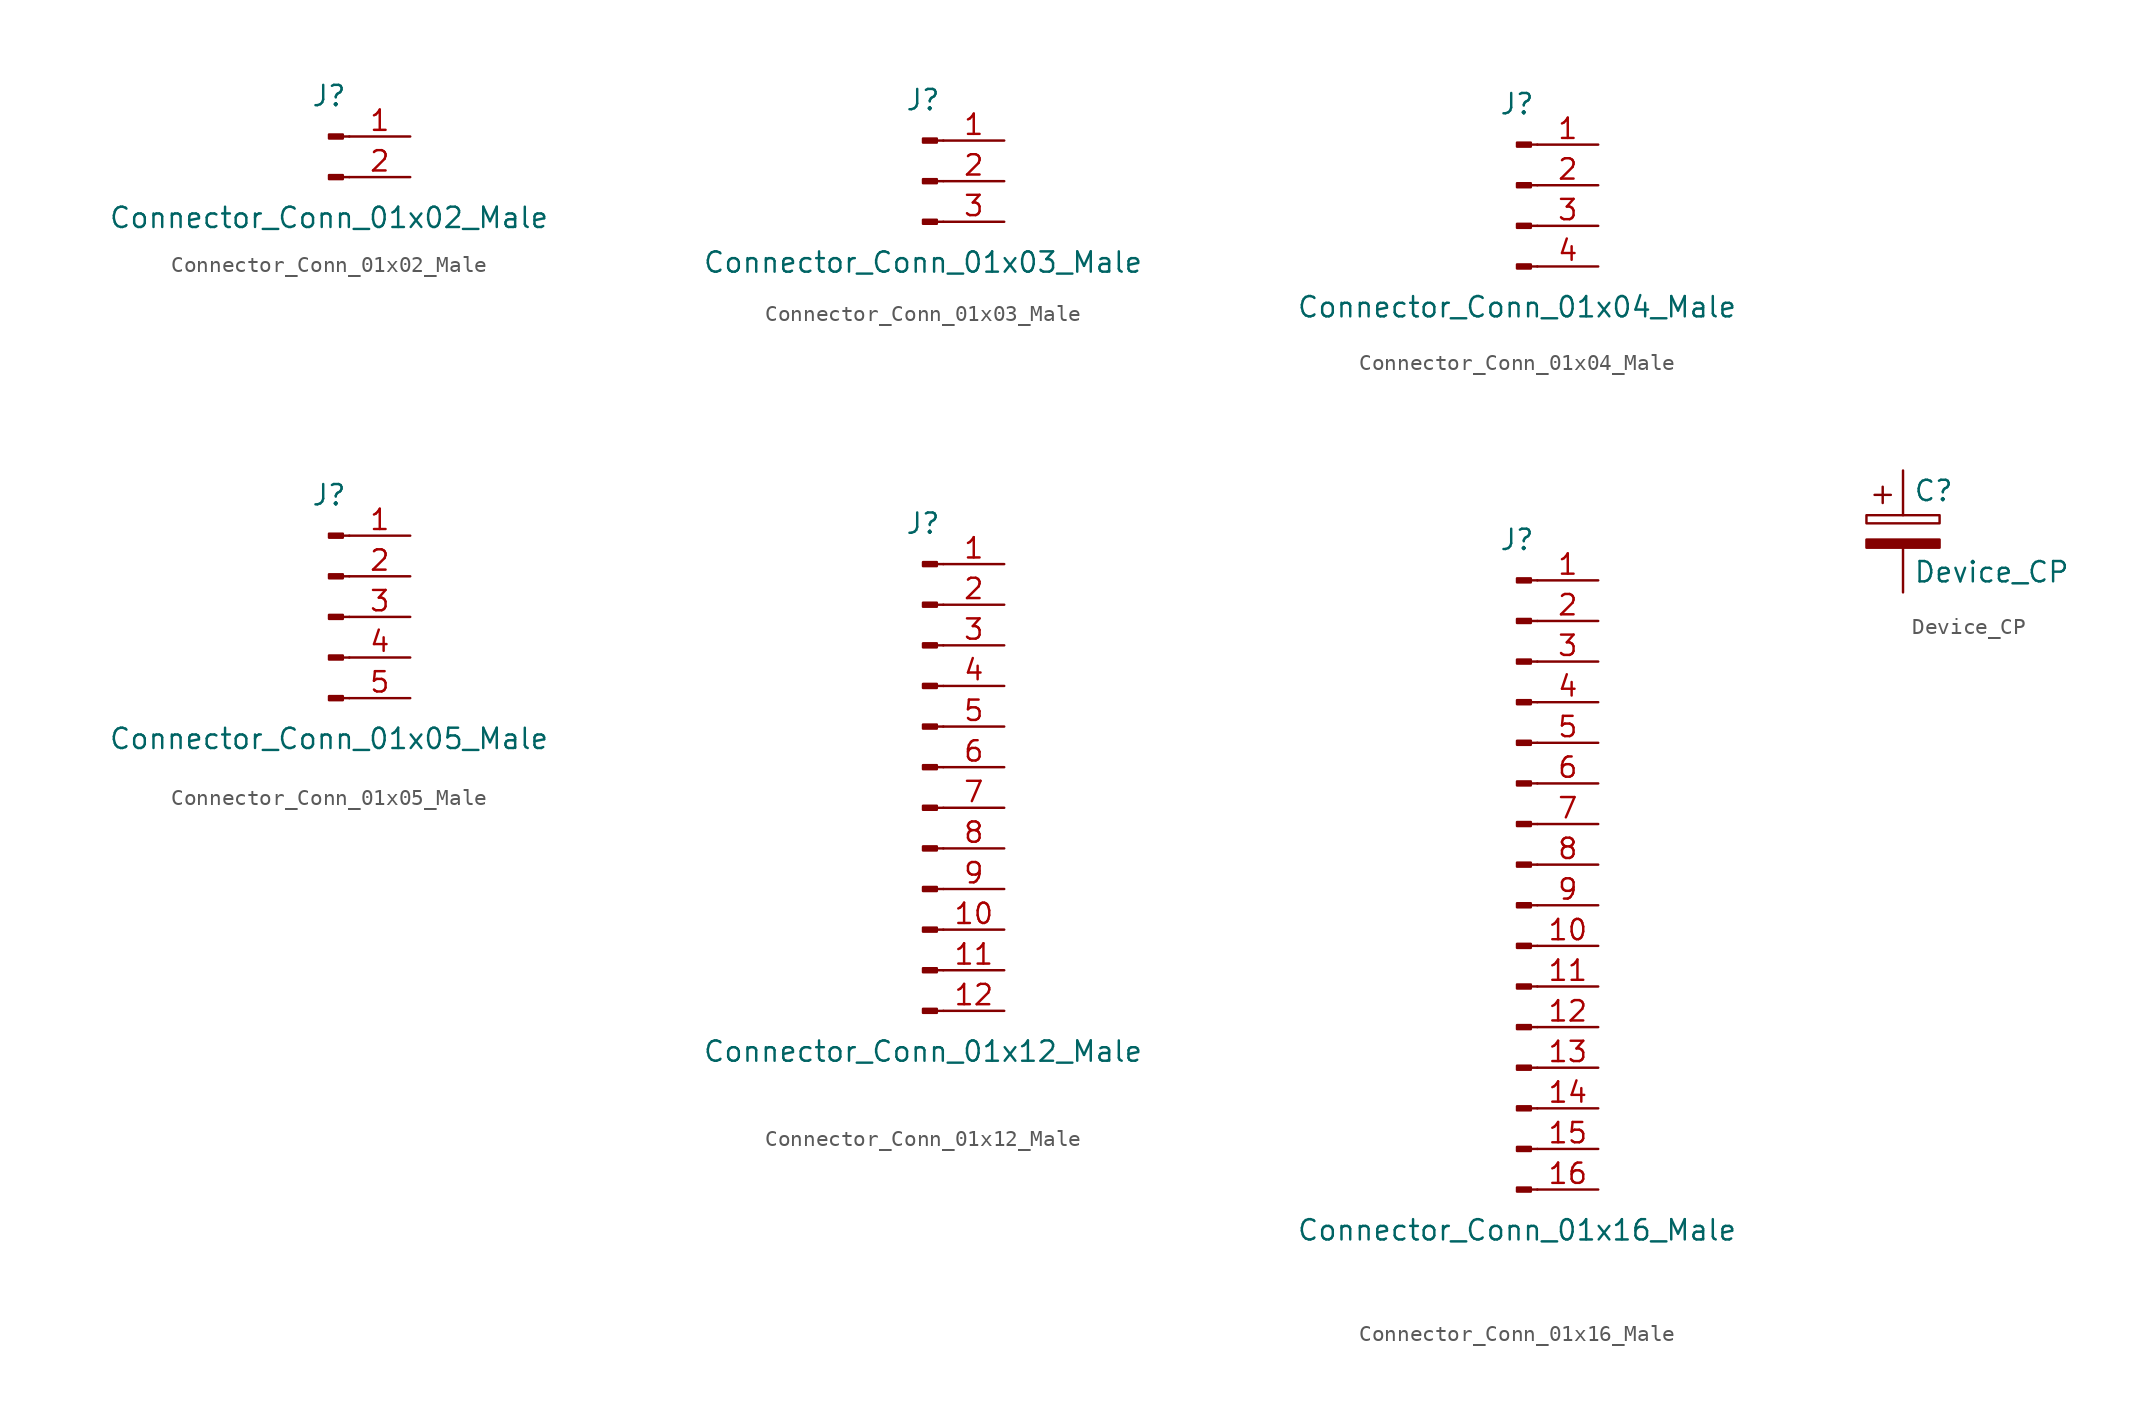
<source format=kicad_sym>
(kicad_symbol_lib
  (version 20211014)
  (generator kicad_symbol_editor)
  (symbol "Connector_Conn_01x02_Male"
    (pin_names
      (offset 1.016) hide)
    (property "Reference" "J"
      (at 0 2.54 0)
      (effects (font (size 1.27 1.27))))
    (property "Value" "Connector_Conn_01x02_Male"
      (at 0 -5.08 0)
      (effects (font (size 1.27 1.27))))
    (symbol "Connector_Conn_01x02_Male_1_1"
      (polyline (pts (xy 1.27 -2.54) (xy 0.864 -2.54)) (stroke (width 0.152) (type default) (color 0 0 0 0)) (fill (type none)))
      (polyline (pts (xy 1.27 0) (xy 0.864 0)) (stroke (width 0.152) (type default) (color 0 0 0 0)) (fill (type none)))
      (rectangle (start 0.864 -2.413) (end 0 -2.667) (stroke (width 0.152) (type default) (color 0 0 0 0)) (fill (type outline)))
      (rectangle (start 0.864 0.127) (end 0 -0.127) (stroke (width 0.152) (type default) (color 0 0 0 0)) (fill (type outline)))
      (pin passive line (at 5.08 0 180) (length 3.81) (name "Pin_1" (effects (font (size 1.27 1.27)))) (number "1" (effects (font (size 1.27 1.27)))))
      (pin passive line (at 5.08 -2.54 180) (length 3.81) (name "Pin_2" (effects (font (size 1.27 1.27)))) (number "2" (effects (font (size 1.27 1.27)))))))
  (symbol "Connector_Conn_01x03_Male"
    (pin_names
      (offset 1.016) hide)
    (property "Reference" "J"
      (at 0 5.08 0)
      (effects (font (size 1.27 1.27))))
    (property "Value" "Connector_Conn_01x03_Male"
      (at 0 -5.08 0)
      (effects (font (size 1.27 1.27))))
    (symbol "Connector_Conn_01x03_Male_1_1"
      (polyline (pts (xy 1.27 -2.54) (xy 0.864 -2.54)) (stroke (width 0.152) (type default) (color 0 0 0 0)) (fill (type none)))
      (polyline (pts (xy 1.27 0) (xy 0.864 0)) (stroke (width 0.152) (type default) (color 0 0 0 0)) (fill (type none)))
      (polyline (pts (xy 1.27 2.54) (xy 0.864 2.54)) (stroke (width 0.152) (type default) (color 0 0 0 0)) (fill (type none)))
      (rectangle (start 0.864 -2.413) (end 0 -2.667) (stroke (width 0.152) (type default) (color 0 0 0 0)) (fill (type outline)))
      (rectangle (start 0.864 0.127) (end 0 -0.127) (stroke (width 0.152) (type default) (color 0 0 0 0)) (fill (type outline)))
      (rectangle (start 0.864 2.667) (end 0 2.413) (stroke (width 0.152) (type default) (color 0 0 0 0)) (fill (type outline)))
      (pin passive line (at 5.08 2.54 180) (length 3.81) (name "Pin_1" (effects (font (size 1.27 1.27)))) (number "1" (effects (font (size 1.27 1.27)))))
      (pin passive line (at 5.08 0 180) (length 3.81) (name "Pin_2" (effects (font (size 1.27 1.27)))) (number "2" (effects (font (size 1.27 1.27)))))
      (pin passive line (at 5.08 -2.54 180) (length 3.81) (name "Pin_3" (effects (font (size 1.27 1.27)))) (number "3" (effects (font (size 1.27 1.27)))))))
  (symbol "Connector_Conn_01x04_Male"
    (pin_names
      (offset 1.016) hide)
    (property "Reference" "J"
      (at 0 5.08 0)
      (effects (font (size 1.27 1.27))))
    (property "Value" "Connector_Conn_01x04_Male"
      (at 0 -7.62 0)
      (effects (font (size 1.27 1.27))))
    (symbol "Connector_Conn_01x04_Male_1_1"
      (polyline (pts (xy 1.27 -5.08) (xy 0.864 -5.08)) (stroke (width 0.152) (type default) (color 0 0 0 0)) (fill (type none)))
      (polyline (pts (xy 1.27 -2.54) (xy 0.864 -2.54)) (stroke (width 0.152) (type default) (color 0 0 0 0)) (fill (type none)))
      (polyline (pts (xy 1.27 0) (xy 0.864 0)) (stroke (width 0.152) (type default) (color 0 0 0 0)) (fill (type none)))
      (polyline (pts (xy 1.27 2.54) (xy 0.864 2.54)) (stroke (width 0.152) (type default) (color 0 0 0 0)) (fill (type none)))
      (rectangle (start 0.864 -4.953) (end 0 -5.207) (stroke (width 0.152) (type default) (color 0 0 0 0)) (fill (type outline)))
      (rectangle (start 0.864 -2.413) (end 0 -2.667) (stroke (width 0.152) (type default) (color 0 0 0 0)) (fill (type outline)))
      (rectangle (start 0.864 0.127) (end 0 -0.127) (stroke (width 0.152) (type default) (color 0 0 0 0)) (fill (type outline)))
      (rectangle (start 0.864 2.667) (end 0 2.413) (stroke (width 0.152) (type default) (color 0 0 0 0)) (fill (type outline)))
      (pin passive line (at 5.08 2.54 180) (length 3.81) (name "Pin_1" (effects (font (size 1.27 1.27)))) (number "1" (effects (font (size 1.27 1.27)))))
      (pin passive line (at 5.08 0 180) (length 3.81) (name "Pin_2" (effects (font (size 1.27 1.27)))) (number "2" (effects (font (size 1.27 1.27)))))
      (pin passive line (at 5.08 -2.54 180) (length 3.81) (name "Pin_3" (effects (font (size 1.27 1.27)))) (number "3" (effects (font (size 1.27 1.27)))))
      (pin passive line (at 5.08 -5.08 180) (length 3.81) (name "Pin_4" (effects (font (size 1.27 1.27)))) (number "4" (effects (font (size 1.27 1.27)))))))
  (symbol "Connector_Conn_01x05_Male"
    (pin_names
      (offset 1.016) hide)
    (property "Reference" "J"
      (at 0 7.62 0)
      (effects (font (size 1.27 1.27))))
    (property "Value" "Connector_Conn_01x05_Male"
      (at 0 -7.62 0)
      (effects (font (size 1.27 1.27))))
    (symbol "Connector_Conn_01x05_Male_1_1"
      (polyline (pts (xy 1.27 -5.08) (xy 0.864 -5.08)) (stroke (width 0.152) (type default) (color 0 0 0 0)) (fill (type none)))
      (polyline (pts (xy 1.27 -2.54) (xy 0.864 -2.54)) (stroke (width 0.152) (type default) (color 0 0 0 0)) (fill (type none)))
      (polyline (pts (xy 1.27 0) (xy 0.864 0)) (stroke (width 0.152) (type default) (color 0 0 0 0)) (fill (type none)))
      (polyline (pts (xy 1.27 2.54) (xy 0.864 2.54)) (stroke (width 0.152) (type default) (color 0 0 0 0)) (fill (type none)))
      (polyline (pts (xy 1.27 5.08) (xy 0.864 5.08)) (stroke (width 0.152) (type default) (color 0 0 0 0)) (fill (type none)))
      (rectangle (start 0.864 -4.953) (end 0 -5.207) (stroke (width 0.152) (type default) (color 0 0 0 0)) (fill (type outline)))
      (rectangle (start 0.864 -2.413) (end 0 -2.667) (stroke (width 0.152) (type default) (color 0 0 0 0)) (fill (type outline)))
      (rectangle (start 0.864 0.127) (end 0 -0.127) (stroke (width 0.152) (type default) (color 0 0 0 0)) (fill (type outline)))
      (rectangle (start 0.864 2.667) (end 0 2.413) (stroke (width 0.152) (type default) (color 0 0 0 0)) (fill (type outline)))
      (rectangle (start 0.864 5.207) (end 0 4.953) (stroke (width 0.152) (type default) (color 0 0 0 0)) (fill (type outline)))
      (pin passive line (at 5.08 5.08 180) (length 3.81) (name "Pin_1" (effects (font (size 1.27 1.27)))) (number "1" (effects (font (size 1.27 1.27)))))
      (pin passive line (at 5.08 2.54 180) (length 3.81) (name "Pin_2" (effects (font (size 1.27 1.27)))) (number "2" (effects (font (size 1.27 1.27)))))
      (pin passive line (at 5.08 0 180) (length 3.81) (name "Pin_3" (effects (font (size 1.27 1.27)))) (number "3" (effects (font (size 1.27 1.27)))))
      (pin passive line (at 5.08 -2.54 180) (length 3.81) (name "Pin_4" (effects (font (size 1.27 1.27)))) (number "4" (effects (font (size 1.27 1.27)))))
      (pin passive line (at 5.08 -5.08 180) (length 3.81) (name "Pin_5" (effects (font (size 1.27 1.27)))) (number "5" (effects (font (size 1.27 1.27)))))))
  (symbol "Connector_Conn_01x12_Male"
    (pin_names
      (offset 1.016) hide)
    (property "Reference" "J"
      (at 0 15.24 0)
      (effects (font (size 1.27 1.27))))
    (property "Value" "Connector_Conn_01x12_Male"
      (at 0 -17.78 0)
      (effects (font (size 1.27 1.27))))
    (symbol "Connector_Conn_01x12_Male_1_1"
      (polyline (pts (xy 1.27 -15.24) (xy 0.864 -15.24)) (stroke (width 0.152) (type default) (color 0 0 0 0)) (fill (type none)))
      (polyline (pts (xy 1.27 -12.7) (xy 0.864 -12.7)) (stroke (width 0.152) (type default) (color 0 0 0 0)) (fill (type none)))
      (polyline (pts (xy 1.27 -10.16) (xy 0.864 -10.16)) (stroke (width 0.152) (type default) (color 0 0 0 0)) (fill (type none)))
      (polyline (pts (xy 1.27 -7.62) (xy 0.864 -7.62)) (stroke (width 0.152) (type default) (color 0 0 0 0)) (fill (type none)))
      (polyline (pts (xy 1.27 -5.08) (xy 0.864 -5.08)) (stroke (width 0.152) (type default) (color 0 0 0 0)) (fill (type none)))
      (polyline (pts (xy 1.27 -2.54) (xy 0.864 -2.54)) (stroke (width 0.152) (type default) (color 0 0 0 0)) (fill (type none)))
      (polyline (pts (xy 1.27 0) (xy 0.864 0)) (stroke (width 0.152) (type default) (color 0 0 0 0)) (fill (type none)))
      (polyline (pts (xy 1.27 2.54) (xy 0.864 2.54)) (stroke (width 0.152) (type default) (color 0 0 0 0)) (fill (type none)))
      (polyline (pts (xy 1.27 5.08) (xy 0.864 5.08)) (stroke (width 0.152) (type default) (color 0 0 0 0)) (fill (type none)))
      (polyline (pts (xy 1.27 7.62) (xy 0.864 7.62)) (stroke (width 0.152) (type default) (color 0 0 0 0)) (fill (type none)))
      (polyline (pts (xy 1.27 10.16) (xy 0.864 10.16)) (stroke (width 0.152) (type default) (color 0 0 0 0)) (fill (type none)))
      (polyline (pts (xy 1.27 12.7) (xy 0.864 12.7)) (stroke (width 0.152) (type default) (color 0 0 0 0)) (fill (type none)))
      (rectangle (start 0.864 -15.113) (end 0 -15.367) (stroke (width 0.152) (type default) (color 0 0 0 0)) (fill (type outline)))
      (rectangle (start 0.864 -12.573) (end 0 -12.827) (stroke (width 0.152) (type default) (color 0 0 0 0)) (fill (type outline)))
      (rectangle (start 0.864 -10.033) (end 0 -10.287) (stroke (width 0.152) (type default) (color 0 0 0 0)) (fill (type outline)))
      (rectangle (start 0.864 -7.493) (end 0 -7.747) (stroke (width 0.152) (type default) (color 0 0 0 0)) (fill (type outline)))
      (rectangle (start 0.864 -4.953) (end 0 -5.207) (stroke (width 0.152) (type default) (color 0 0 0 0)) (fill (type outline)))
      (rectangle (start 0.864 -2.413) (end 0 -2.667) (stroke (width 0.152) (type default) (color 0 0 0 0)) (fill (type outline)))
      (rectangle (start 0.864 0.127) (end 0 -0.127) (stroke (width 0.152) (type default) (color 0 0 0 0)) (fill (type outline)))
      (rectangle (start 0.864 2.667) (end 0 2.413) (stroke (width 0.152) (type default) (color 0 0 0 0)) (fill (type outline)))
      (rectangle (start 0.864 5.207) (end 0 4.953) (stroke (width 0.152) (type default) (color 0 0 0 0)) (fill (type outline)))
      (rectangle (start 0.864 7.747) (end 0 7.493) (stroke (width 0.152) (type default) (color 0 0 0 0)) (fill (type outline)))
      (rectangle (start 0.864 10.287) (end 0 10.033) (stroke (width 0.152) (type default) (color 0 0 0 0)) (fill (type outline)))
      (rectangle (start 0.864 12.827) (end 0 12.573) (stroke (width 0.152) (type default) (color 0 0 0 0)) (fill (type outline)))
      (pin passive line (at 5.08 12.7 180) (length 3.81) (name "Pin_1" (effects (font (size 1.27 1.27)))) (number "1" (effects (font (size 1.27 1.27)))))
      (pin passive line (at 5.08 -10.16 180) (length 3.81) (name "Pin_10" (effects (font (size 1.27 1.27)))) (number "10" (effects (font (size 1.27 1.27)))))
      (pin passive line (at 5.08 -12.7 180) (length 3.81) (name "Pin_11" (effects (font (size 1.27 1.27)))) (number "11" (effects (font (size 1.27 1.27)))))
      (pin passive line (at 5.08 -15.24 180) (length 3.81) (name "Pin_12" (effects (font (size 1.27 1.27)))) (number "12" (effects (font (size 1.27 1.27)))))
      (pin passive line (at 5.08 10.16 180) (length 3.81) (name "Pin_2" (effects (font (size 1.27 1.27)))) (number "2" (effects (font (size 1.27 1.27)))))
      (pin passive line (at 5.08 7.62 180) (length 3.81) (name "Pin_3" (effects (font (size 1.27 1.27)))) (number "3" (effects (font (size 1.27 1.27)))))
      (pin passive line (at 5.08 5.08 180) (length 3.81) (name "Pin_4" (effects (font (size 1.27 1.27)))) (number "4" (effects (font (size 1.27 1.27)))))
      (pin passive line (at 5.08 2.54 180) (length 3.81) (name "Pin_5" (effects (font (size 1.27 1.27)))) (number "5" (effects (font (size 1.27 1.27)))))
      (pin passive line (at 5.08 0 180) (length 3.81) (name "Pin_6" (effects (font (size 1.27 1.27)))) (number "6" (effects (font (size 1.27 1.27)))))
      (pin passive line (at 5.08 -2.54 180) (length 3.81) (name "Pin_7" (effects (font (size 1.27 1.27)))) (number "7" (effects (font (size 1.27 1.27)))))
      (pin passive line (at 5.08 -5.08 180) (length 3.81) (name "Pin_8" (effects (font (size 1.27 1.27)))) (number "8" (effects (font (size 1.27 1.27)))))
      (pin passive line (at 5.08 -7.62 180) (length 3.81) (name "Pin_9" (effects (font (size 1.27 1.27)))) (number "9" (effects (font (size 1.27 1.27)))))))
  (symbol "Connector_Conn_01x16_Male"
    (pin_names
      (offset 1.016) hide)
    (property "Reference" "J"
      (at 0 20.32 0)
      (effects (font (size 1.27 1.27))))
    (property "Value" "Connector_Conn_01x16_Male"
      (at 0 -22.86 0)
      (effects (font (size 1.27 1.27))))
    (symbol "Connector_Conn_01x16_Male_1_1"
      (polyline (pts (xy 1.27 -20.32) (xy 0.864 -20.32)) (stroke (width 0.152) (type default) (color 0 0 0 0)) (fill (type none)))
      (polyline (pts (xy 1.27 -17.78) (xy 0.864 -17.78)) (stroke (width 0.152) (type default) (color 0 0 0 0)) (fill (type none)))
      (polyline (pts (xy 1.27 -15.24) (xy 0.864 -15.24)) (stroke (width 0.152) (type default) (color 0 0 0 0)) (fill (type none)))
      (polyline (pts (xy 1.27 -12.7) (xy 0.864 -12.7)) (stroke (width 0.152) (type default) (color 0 0 0 0)) (fill (type none)))
      (polyline (pts (xy 1.27 -10.16) (xy 0.864 -10.16)) (stroke (width 0.152) (type default) (color 0 0 0 0)) (fill (type none)))
      (polyline (pts (xy 1.27 -7.62) (xy 0.864 -7.62)) (stroke (width 0.152) (type default) (color 0 0 0 0)) (fill (type none)))
      (polyline (pts (xy 1.27 -5.08) (xy 0.864 -5.08)) (stroke (width 0.152) (type default) (color 0 0 0 0)) (fill (type none)))
      (polyline (pts (xy 1.27 -2.54) (xy 0.864 -2.54)) (stroke (width 0.152) (type default) (color 0 0 0 0)) (fill (type none)))
      (polyline (pts (xy 1.27 0) (xy 0.864 0)) (stroke (width 0.152) (type default) (color 0 0 0 0)) (fill (type none)))
      (polyline (pts (xy 1.27 2.54) (xy 0.864 2.54)) (stroke (width 0.152) (type default) (color 0 0 0 0)) (fill (type none)))
      (polyline (pts (xy 1.27 5.08) (xy 0.864 5.08)) (stroke (width 0.152) (type default) (color 0 0 0 0)) (fill (type none)))
      (polyline (pts (xy 1.27 7.62) (xy 0.864 7.62)) (stroke (width 0.152) (type default) (color 0 0 0 0)) (fill (type none)))
      (polyline (pts (xy 1.27 10.16) (xy 0.864 10.16)) (stroke (width 0.152) (type default) (color 0 0 0 0)) (fill (type none)))
      (polyline (pts (xy 1.27 12.7) (xy 0.864 12.7)) (stroke (width 0.152) (type default) (color 0 0 0 0)) (fill (type none)))
      (polyline (pts (xy 1.27 15.24) (xy 0.864 15.24)) (stroke (width 0.152) (type default) (color 0 0 0 0)) (fill (type none)))
      (polyline (pts (xy 1.27 17.78) (xy 0.864 17.78)) (stroke (width 0.152) (type default) (color 0 0 0 0)) (fill (type none)))
      (rectangle (start 0.864 -20.193) (end 0 -20.447) (stroke (width 0.152) (type default) (color 0 0 0 0)) (fill (type outline)))
      (rectangle (start 0.864 -17.653) (end 0 -17.907) (stroke (width 0.152) (type default) (color 0 0 0 0)) (fill (type outline)))
      (rectangle (start 0.864 -15.113) (end 0 -15.367) (stroke (width 0.152) (type default) (color 0 0 0 0)) (fill (type outline)))
      (rectangle (start 0.864 -12.573) (end 0 -12.827) (stroke (width 0.152) (type default) (color 0 0 0 0)) (fill (type outline)))
      (rectangle (start 0.864 -10.033) (end 0 -10.287) (stroke (width 0.152) (type default) (color 0 0 0 0)) (fill (type outline)))
      (rectangle (start 0.864 -7.493) (end 0 -7.747) (stroke (width 0.152) (type default) (color 0 0 0 0)) (fill (type outline)))
      (rectangle (start 0.864 -4.953) (end 0 -5.207) (stroke (width 0.152) (type default) (color 0 0 0 0)) (fill (type outline)))
      (rectangle (start 0.864 -2.413) (end 0 -2.667) (stroke (width 0.152) (type default) (color 0 0 0 0)) (fill (type outline)))
      (rectangle (start 0.864 0.127) (end 0 -0.127) (stroke (width 0.152) (type default) (color 0 0 0 0)) (fill (type outline)))
      (rectangle (start 0.864 2.667) (end 0 2.413) (stroke (width 0.152) (type default) (color 0 0 0 0)) (fill (type outline)))
      (rectangle (start 0.864 5.207) (end 0 4.953) (stroke (width 0.152) (type default) (color 0 0 0 0)) (fill (type outline)))
      (rectangle (start 0.864 7.747) (end 0 7.493) (stroke (width 0.152) (type default) (color 0 0 0 0)) (fill (type outline)))
      (rectangle (start 0.864 10.287) (end 0 10.033) (stroke (width 0.152) (type default) (color 0 0 0 0)) (fill (type outline)))
      (rectangle (start 0.864 12.827) (end 0 12.573) (stroke (width 0.152) (type default) (color 0 0 0 0)) (fill (type outline)))
      (rectangle (start 0.864 15.367) (end 0 15.113) (stroke (width 0.152) (type default) (color 0 0 0 0)) (fill (type outline)))
      (rectangle (start 0.864 17.907) (end 0 17.653) (stroke (width 0.152) (type default) (color 0 0 0 0)) (fill (type outline)))
      (pin passive line (at 5.08 17.78 180) (length 3.81) (name "Pin_1" (effects (font (size 1.27 1.27)))) (number "1" (effects (font (size 1.27 1.27)))))
      (pin passive line (at 5.08 -5.08 180) (length 3.81) (name "Pin_10" (effects (font (size 1.27 1.27)))) (number "10" (effects (font (size 1.27 1.27)))))
      (pin passive line (at 5.08 -7.62 180) (length 3.81) (name "Pin_11" (effects (font (size 1.27 1.27)))) (number "11" (effects (font (size 1.27 1.27)))))
      (pin passive line (at 5.08 -10.16 180) (length 3.81) (name "Pin_12" (effects (font (size 1.27 1.27)))) (number "12" (effects (font (size 1.27 1.27)))))
      (pin passive line (at 5.08 -12.7 180) (length 3.81) (name "Pin_13" (effects (font (size 1.27 1.27)))) (number "13" (effects (font (size 1.27 1.27)))))
      (pin passive line (at 5.08 -15.24 180) (length 3.81) (name "Pin_14" (effects (font (size 1.27 1.27)))) (number "14" (effects (font (size 1.27 1.27)))))
      (pin passive line (at 5.08 -17.78 180) (length 3.81) (name "Pin_15" (effects (font (size 1.27 1.27)))) (number "15" (effects (font (size 1.27 1.27)))))
      (pin passive line (at 5.08 -20.32 180) (length 3.81) (name "Pin_16" (effects (font (size 1.27 1.27)))) (number "16" (effects (font (size 1.27 1.27)))))
      (pin passive line (at 5.08 15.24 180) (length 3.81) (name "Pin_2" (effects (font (size 1.27 1.27)))) (number "2" (effects (font (size 1.27 1.27)))))
      (pin passive line (at 5.08 12.7 180) (length 3.81) (name "Pin_3" (effects (font (size 1.27 1.27)))) (number "3" (effects (font (size 1.27 1.27)))))
      (pin passive line (at 5.08 10.16 180) (length 3.81) (name "Pin_4" (effects (font (size 1.27 1.27)))) (number "4" (effects (font (size 1.27 1.27)))))
      (pin passive line (at 5.08 7.62 180) (length 3.81) (name "Pin_5" (effects (font (size 1.27 1.27)))) (number "5" (effects (font (size 1.27 1.27)))))
      (pin passive line (at 5.08 5.08 180) (length 3.81) (name "Pin_6" (effects (font (size 1.27 1.27)))) (number "6" (effects (font (size 1.27 1.27)))))
      (pin passive line (at 5.08 2.54 180) (length 3.81) (name "Pin_7" (effects (font (size 1.27 1.27)))) (number "7" (effects (font (size 1.27 1.27)))))
      (pin passive line (at 5.08 0 180) (length 3.81) (name "Pin_8" (effects (font (size 1.27 1.27)))) (number "8" (effects (font (size 1.27 1.27)))))
      (pin passive line (at 5.08 -2.54 180) (length 3.81) (name "Pin_9" (effects (font (size 1.27 1.27)))) (number "9" (effects (font (size 1.27 1.27)))))))
  (symbol "Device_CP"
    (pin_numbers hide)
    (pin_names
      (offset 0.254))
    (property "Reference" "C"
      (at 0.635 2.54 0)
      (effects (font (size 1.27 1.27)) (justify left)))
    (property "Value" "Device_CP"
      (at 0.635 -2.54 0)
      (effects (font (size 1.27 1.27)) (justify left)))
    (symbol "Device_CP_0_1"
      (rectangle (start -2.286 0.508) (end 2.286 1.016) (stroke (width 0) (type default) (color 0 0 0 0)) (fill (type none)))
      (polyline (pts (xy -1.778 2.286) (xy -0.762 2.286)) (stroke (width 0) (type default) (color 0 0 0 0)) (fill (type none)))
      (polyline (pts (xy -1.27 2.794) (xy -1.27 1.778)) (stroke (width 0) (type default) (color 0 0 0 0)) (fill (type none)))
      (rectangle (start 2.286 -0.508) (end -2.286 -1.016) (stroke (width 0) (type default) (color 0 0 0 0)) (fill (type outline))))
    (symbol "Device_CP_1_1"
      (pin passive line (at 0 3.81 270) (length 2.794) (name "~" (effects (font (size 1.27 1.27)))) (number "1" (effects (font (size 1.27 1.27)))))
      (pin passive line (at 0 -3.81 90) (length 2.794) (name "~" (effects (font (size 1.27 1.27)))) (number "2" (effects (font (size 1.27 1.27))))))))
</source>
